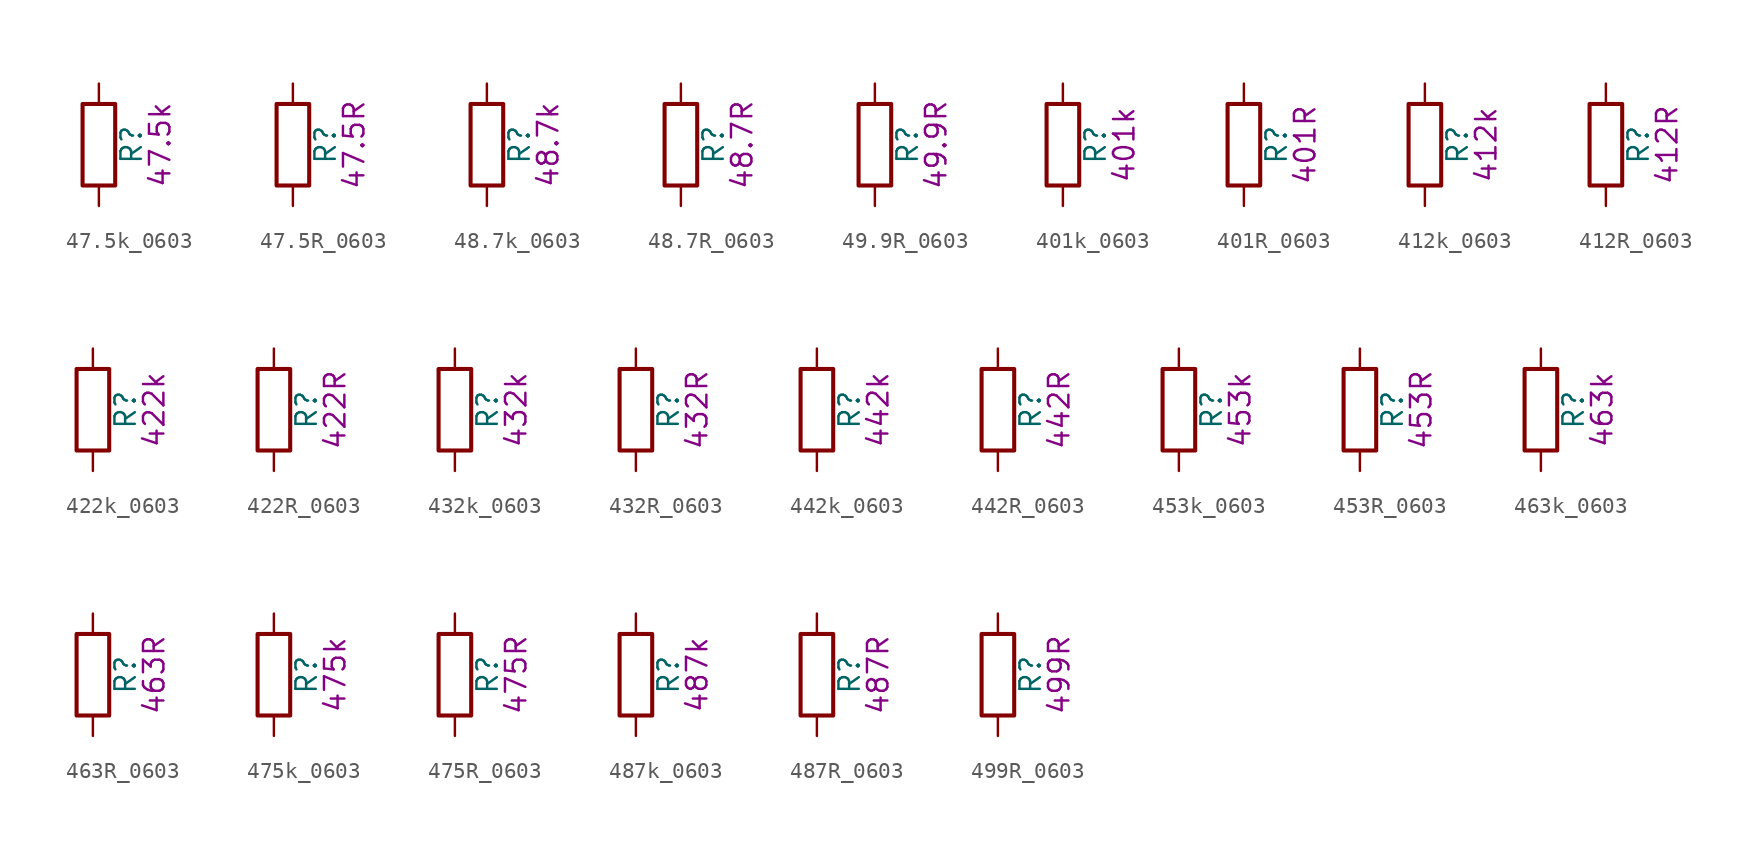
<source format=kicad_sym>
(kicad_symbol_lib
  (version 20211014)
  (generator kicad_symbol_editor)
  (symbol "47.5k_0603"
    (pin_numbers hide)
    (pin_names
      (offset 0))
    (property "Reference" "R"
      (at 2.032 0 90)
      (effects (font (size 1.27 1.27))))
    (property "Display" "47.5k"
      (at 3.81 0 90)
      (effects (font (size 1.27 1.27))))
    (symbol "47.5k_0603_0_1"
      (rectangle (start -1.016 -2.54) (end 1.016 2.54) (stroke (width 0.254) (type default) (color 0 0 0 0)) (fill (type none))))
    (symbol "47.5k_0603_1_1"
      (pin passive line (at 0 3.81 270) (length 1.27) (name "~" (effects (font (size 1.27 1.27)))) (number "1" (effects (font (size 1.27 1.27)))))
      (pin passive line (at 0 -3.81 90) (length 1.27) (name "~" (effects (font (size 1.27 1.27)))) (number "2" (effects (font (size 1.27 1.27)))))))
  (symbol "47.5R_0603"
    (pin_numbers hide)
    (pin_names
      (offset 0))
    (property "Reference" "R"
      (at 2.032 0 90)
      (effects (font (size 1.27 1.27))))
    (property "Display" "47.5R"
      (at 3.81 0 90)
      (effects (font (size 1.27 1.27))))
    (symbol "47.5R_0603_0_1"
      (rectangle (start -1.016 -2.54) (end 1.016 2.54) (stroke (width 0.254) (type default) (color 0 0 0 0)) (fill (type none))))
    (symbol "47.5R_0603_1_1"
      (pin passive line (at 0 3.81 270) (length 1.27) (name "~" (effects (font (size 1.27 1.27)))) (number "1" (effects (font (size 1.27 1.27)))))
      (pin passive line (at 0 -3.81 90) (length 1.27) (name "~" (effects (font (size 1.27 1.27)))) (number "2" (effects (font (size 1.27 1.27)))))))
  (symbol "48.7k_0603"
    (pin_numbers hide)
    (pin_names
      (offset 0))
    (property "Reference" "R"
      (at 2.032 0 90)
      (effects (font (size 1.27 1.27))))
    (property "Display" "48.7k"
      (at 3.81 0 90)
      (effects (font (size 1.27 1.27))))
    (symbol "48.7k_0603_0_1"
      (rectangle (start -1.016 -2.54) (end 1.016 2.54) (stroke (width 0.254) (type default) (color 0 0 0 0)) (fill (type none))))
    (symbol "48.7k_0603_1_1"
      (pin passive line (at 0 3.81 270) (length 1.27) (name "~" (effects (font (size 1.27 1.27)))) (number "1" (effects (font (size 1.27 1.27)))))
      (pin passive line (at 0 -3.81 90) (length 1.27) (name "~" (effects (font (size 1.27 1.27)))) (number "2" (effects (font (size 1.27 1.27)))))))
  (symbol "48.7R_0603"
    (pin_numbers hide)
    (pin_names
      (offset 0))
    (property "Reference" "R"
      (at 2.032 0 90)
      (effects (font (size 1.27 1.27))))
    (property "Display" "48.7R"
      (at 3.81 0 90)
      (effects (font (size 1.27 1.27))))
    (symbol "48.7R_0603_0_1"
      (rectangle (start -1.016 -2.54) (end 1.016 2.54) (stroke (width 0.254) (type default) (color 0 0 0 0)) (fill (type none))))
    (symbol "48.7R_0603_1_1"
      (pin passive line (at 0 3.81 270) (length 1.27) (name "~" (effects (font (size 1.27 1.27)))) (number "1" (effects (font (size 1.27 1.27)))))
      (pin passive line (at 0 -3.81 90) (length 1.27) (name "~" (effects (font (size 1.27 1.27)))) (number "2" (effects (font (size 1.27 1.27)))))))
  (symbol "49.9R_0603"
    (pin_numbers hide)
    (pin_names
      (offset 0))
    (property "Reference" "R"
      (at 2.032 0 90)
      (effects (font (size 1.27 1.27))))
    (property "Display" "49.9R"
      (at 3.81 0 90)
      (effects (font (size 1.27 1.27))))
    (symbol "49.9R_0603_0_1"
      (rectangle (start -1.016 -2.54) (end 1.016 2.54) (stroke (width 0.254) (type default) (color 0 0 0 0)) (fill (type none))))
    (symbol "49.9R_0603_1_1"
      (pin passive line (at 0 3.81 270) (length 1.27) (name "~" (effects (font (size 1.27 1.27)))) (number "1" (effects (font (size 1.27 1.27)))))
      (pin passive line (at 0 -3.81 90) (length 1.27) (name "~" (effects (font (size 1.27 1.27)))) (number "2" (effects (font (size 1.27 1.27)))))))
  (symbol "401k_0603"
    (pin_numbers hide)
    (pin_names
      (offset 0))
    (property "Reference" "R"
      (at 2.032 0 90)
      (effects (font (size 1.27 1.27))))
    (property "Display" "401k"
      (at 3.81 0 90)
      (effects (font (size 1.27 1.27))))
    (symbol "401k_0603_0_1"
      (rectangle (start -1.016 -2.54) (end 1.016 2.54) (stroke (width 0.254) (type default) (color 0 0 0 0)) (fill (type none))))
    (symbol "401k_0603_1_1"
      (pin passive line (at 0 3.81 270) (length 1.27) (name "~" (effects (font (size 1.27 1.27)))) (number "1" (effects (font (size 1.27 1.27)))))
      (pin passive line (at 0 -3.81 90) (length 1.27) (name "~" (effects (font (size 1.27 1.27)))) (number "2" (effects (font (size 1.27 1.27)))))))
  (symbol "401R_0603"
    (pin_numbers hide)
    (pin_names
      (offset 0))
    (property "Reference" "R"
      (at 2.032 0 90)
      (effects (font (size 1.27 1.27))))
    (property "Display" "401R"
      (at 3.81 0 90)
      (effects (font (size 1.27 1.27))))
    (symbol "401R_0603_0_1"
      (rectangle (start -1.016 -2.54) (end 1.016 2.54) (stroke (width 0.254) (type default) (color 0 0 0 0)) (fill (type none))))
    (symbol "401R_0603_1_1"
      (pin passive line (at 0 3.81 270) (length 1.27) (name "~" (effects (font (size 1.27 1.27)))) (number "1" (effects (font (size 1.27 1.27)))))
      (pin passive line (at 0 -3.81 90) (length 1.27) (name "~" (effects (font (size 1.27 1.27)))) (number "2" (effects (font (size 1.27 1.27)))))))
  (symbol "412k_0603"
    (pin_numbers hide)
    (pin_names
      (offset 0))
    (property "Reference" "R"
      (at 2.032 0 90)
      (effects (font (size 1.27 1.27))))
    (property "Display" "412k"
      (at 3.81 0 90)
      (effects (font (size 1.27 1.27))))
    (symbol "412k_0603_0_1"
      (rectangle (start -1.016 -2.54) (end 1.016 2.54) (stroke (width 0.254) (type default) (color 0 0 0 0)) (fill (type none))))
    (symbol "412k_0603_1_1"
      (pin passive line (at 0 3.81 270) (length 1.27) (name "~" (effects (font (size 1.27 1.27)))) (number "1" (effects (font (size 1.27 1.27)))))
      (pin passive line (at 0 -3.81 90) (length 1.27) (name "~" (effects (font (size 1.27 1.27)))) (number "2" (effects (font (size 1.27 1.27)))))))
  (symbol "412R_0603"
    (pin_numbers hide)
    (pin_names
      (offset 0))
    (property "Reference" "R"
      (at 2.032 0 90)
      (effects (font (size 1.27 1.27))))
    (property "Display" "412R"
      (at 3.81 0 90)
      (effects (font (size 1.27 1.27))))
    (symbol "412R_0603_0_1"
      (rectangle (start -1.016 -2.54) (end 1.016 2.54) (stroke (width 0.254) (type default) (color 0 0 0 0)) (fill (type none))))
    (symbol "412R_0603_1_1"
      (pin passive line (at 0 3.81 270) (length 1.27) (name "~" (effects (font (size 1.27 1.27)))) (number "1" (effects (font (size 1.27 1.27)))))
      (pin passive line (at 0 -3.81 90) (length 1.27) (name "~" (effects (font (size 1.27 1.27)))) (number "2" (effects (font (size 1.27 1.27)))))))
  (symbol "422k_0603"
    (pin_numbers hide)
    (pin_names
      (offset 0))
    (property "Reference" "R"
      (at 2.032 0 90)
      (effects (font (size 1.27 1.27))))
    (property "Display" "422k"
      (at 3.81 0 90)
      (effects (font (size 1.27 1.27))))
    (symbol "422k_0603_0_1"
      (rectangle (start -1.016 -2.54) (end 1.016 2.54) (stroke (width 0.254) (type default) (color 0 0 0 0)) (fill (type none))))
    (symbol "422k_0603_1_1"
      (pin passive line (at 0 3.81 270) (length 1.27) (name "~" (effects (font (size 1.27 1.27)))) (number "1" (effects (font (size 1.27 1.27)))))
      (pin passive line (at 0 -3.81 90) (length 1.27) (name "~" (effects (font (size 1.27 1.27)))) (number "2" (effects (font (size 1.27 1.27)))))))
  (symbol "422R_0603"
    (pin_numbers hide)
    (pin_names
      (offset 0))
    (property "Reference" "R"
      (at 2.032 0 90)
      (effects (font (size 1.27 1.27))))
    (property "Display" "422R"
      (at 3.81 0 90)
      (effects (font (size 1.27 1.27))))
    (symbol "422R_0603_0_1"
      (rectangle (start -1.016 -2.54) (end 1.016 2.54) (stroke (width 0.254) (type default) (color 0 0 0 0)) (fill (type none))))
    (symbol "422R_0603_1_1"
      (pin passive line (at 0 3.81 270) (length 1.27) (name "~" (effects (font (size 1.27 1.27)))) (number "1" (effects (font (size 1.27 1.27)))))
      (pin passive line (at 0 -3.81 90) (length 1.27) (name "~" (effects (font (size 1.27 1.27)))) (number "2" (effects (font (size 1.27 1.27)))))))
  (symbol "432k_0603"
    (pin_numbers hide)
    (pin_names
      (offset 0))
    (property "Reference" "R"
      (at 2.032 0 90)
      (effects (font (size 1.27 1.27))))
    (property "Display" "432k"
      (at 3.81 0 90)
      (effects (font (size 1.27 1.27))))
    (symbol "432k_0603_0_1"
      (rectangle (start -1.016 -2.54) (end 1.016 2.54) (stroke (width 0.254) (type default) (color 0 0 0 0)) (fill (type none))))
    (symbol "432k_0603_1_1"
      (pin passive line (at 0 3.81 270) (length 1.27) (name "~" (effects (font (size 1.27 1.27)))) (number "1" (effects (font (size 1.27 1.27)))))
      (pin passive line (at 0 -3.81 90) (length 1.27) (name "~" (effects (font (size 1.27 1.27)))) (number "2" (effects (font (size 1.27 1.27)))))))
  (symbol "432R_0603"
    (pin_numbers hide)
    (pin_names
      (offset 0))
    (property "Reference" "R"
      (at 2.032 0 90)
      (effects (font (size 1.27 1.27))))
    (property "Display" "432R"
      (at 3.81 0 90)
      (effects (font (size 1.27 1.27))))
    (symbol "432R_0603_0_1"
      (rectangle (start -1.016 -2.54) (end 1.016 2.54) (stroke (width 0.254) (type default) (color 0 0 0 0)) (fill (type none))))
    (symbol "432R_0603_1_1"
      (pin passive line (at 0 3.81 270) (length 1.27) (name "~" (effects (font (size 1.27 1.27)))) (number "1" (effects (font (size 1.27 1.27)))))
      (pin passive line (at 0 -3.81 90) (length 1.27) (name "~" (effects (font (size 1.27 1.27)))) (number "2" (effects (font (size 1.27 1.27)))))))
  (symbol "442k_0603"
    (pin_numbers hide)
    (pin_names
      (offset 0))
    (property "Reference" "R"
      (at 2.032 0 90)
      (effects (font (size 1.27 1.27))))
    (property "Display" "442k"
      (at 3.81 0 90)
      (effects (font (size 1.27 1.27))))
    (symbol "442k_0603_0_1"
      (rectangle (start -1.016 -2.54) (end 1.016 2.54) (stroke (width 0.254) (type default) (color 0 0 0 0)) (fill (type none))))
    (symbol "442k_0603_1_1"
      (pin passive line (at 0 3.81 270) (length 1.27) (name "~" (effects (font (size 1.27 1.27)))) (number "1" (effects (font (size 1.27 1.27)))))
      (pin passive line (at 0 -3.81 90) (length 1.27) (name "~" (effects (font (size 1.27 1.27)))) (number "2" (effects (font (size 1.27 1.27)))))))
  (symbol "442R_0603"
    (pin_numbers hide)
    (pin_names
      (offset 0))
    (property "Reference" "R"
      (at 2.032 0 90)
      (effects (font (size 1.27 1.27))))
    (property "Display" "442R"
      (at 3.81 0 90)
      (effects (font (size 1.27 1.27))))
    (symbol "442R_0603_0_1"
      (rectangle (start -1.016 -2.54) (end 1.016 2.54) (stroke (width 0.254) (type default) (color 0 0 0 0)) (fill (type none))))
    (symbol "442R_0603_1_1"
      (pin passive line (at 0 3.81 270) (length 1.27) (name "~" (effects (font (size 1.27 1.27)))) (number "1" (effects (font (size 1.27 1.27)))))
      (pin passive line (at 0 -3.81 90) (length 1.27) (name "~" (effects (font (size 1.27 1.27)))) (number "2" (effects (font (size 1.27 1.27)))))))
  (symbol "453k_0603"
    (pin_numbers hide)
    (pin_names
      (offset 0))
    (property "Reference" "R"
      (at 2.032 0 90)
      (effects (font (size 1.27 1.27))))
    (property "Display" "453k"
      (at 3.81 0 90)
      (effects (font (size 1.27 1.27))))
    (symbol "453k_0603_0_1"
      (rectangle (start -1.016 -2.54) (end 1.016 2.54) (stroke (width 0.254) (type default) (color 0 0 0 0)) (fill (type none))))
    (symbol "453k_0603_1_1"
      (pin passive line (at 0 3.81 270) (length 1.27) (name "~" (effects (font (size 1.27 1.27)))) (number "1" (effects (font (size 1.27 1.27)))))
      (pin passive line (at 0 -3.81 90) (length 1.27) (name "~" (effects (font (size 1.27 1.27)))) (number "2" (effects (font (size 1.27 1.27)))))))
  (symbol "453R_0603"
    (pin_numbers hide)
    (pin_names
      (offset 0))
    (property "Reference" "R"
      (at 2.032 0 90)
      (effects (font (size 1.27 1.27))))
    (property "Display" "453R"
      (at 3.81 0 90)
      (effects (font (size 1.27 1.27))))
    (symbol "453R_0603_0_1"
      (rectangle (start -1.016 -2.54) (end 1.016 2.54) (stroke (width 0.254) (type default) (color 0 0 0 0)) (fill (type none))))
    (symbol "453R_0603_1_1"
      (pin passive line (at 0 3.81 270) (length 1.27) (name "~" (effects (font (size 1.27 1.27)))) (number "1" (effects (font (size 1.27 1.27)))))
      (pin passive line (at 0 -3.81 90) (length 1.27) (name "~" (effects (font (size 1.27 1.27)))) (number "2" (effects (font (size 1.27 1.27)))))))
  (symbol "463k_0603"
    (pin_numbers hide)
    (pin_names
      (offset 0))
    (property "Reference" "R"
      (at 2.032 0 90)
      (effects (font (size 1.27 1.27))))
    (property "Display" "463k"
      (at 3.81 0 90)
      (effects (font (size 1.27 1.27))))
    (symbol "463k_0603_0_1"
      (rectangle (start -1.016 -2.54) (end 1.016 2.54) (stroke (width 0.254) (type default) (color 0 0 0 0)) (fill (type none))))
    (symbol "463k_0603_1_1"
      (pin passive line (at 0 3.81 270) (length 1.27) (name "~" (effects (font (size 1.27 1.27)))) (number "1" (effects (font (size 1.27 1.27)))))
      (pin passive line (at 0 -3.81 90) (length 1.27) (name "~" (effects (font (size 1.27 1.27)))) (number "2" (effects (font (size 1.27 1.27)))))))
  (symbol "463R_0603"
    (pin_numbers hide)
    (pin_names
      (offset 0))
    (property "Reference" "R"
      (at 2.032 0 90)
      (effects (font (size 1.27 1.27))))
    (property "Display" "463R"
      (at 3.81 0 90)
      (effects (font (size 1.27 1.27))))
    (symbol "463R_0603_0_1"
      (rectangle (start -1.016 -2.54) (end 1.016 2.54) (stroke (width 0.254) (type default) (color 0 0 0 0)) (fill (type none))))
    (symbol "463R_0603_1_1"
      (pin passive line (at 0 3.81 270) (length 1.27) (name "~" (effects (font (size 1.27 1.27)))) (number "1" (effects (font (size 1.27 1.27)))))
      (pin passive line (at 0 -3.81 90) (length 1.27) (name "~" (effects (font (size 1.27 1.27)))) (number "2" (effects (font (size 1.27 1.27)))))))
  (symbol "475k_0603"
    (pin_numbers hide)
    (pin_names
      (offset 0))
    (property "Reference" "R"
      (at 2.032 0 90)
      (effects (font (size 1.27 1.27))))
    (property "Display" "475k"
      (at 3.81 0 90)
      (effects (font (size 1.27 1.27))))
    (symbol "475k_0603_0_1"
      (rectangle (start -1.016 -2.54) (end 1.016 2.54) (stroke (width 0.254) (type default) (color 0 0 0 0)) (fill (type none))))
    (symbol "475k_0603_1_1"
      (pin passive line (at 0 3.81 270) (length 1.27) (name "~" (effects (font (size 1.27 1.27)))) (number "1" (effects (font (size 1.27 1.27)))))
      (pin passive line (at 0 -3.81 90) (length 1.27) (name "~" (effects (font (size 1.27 1.27)))) (number "2" (effects (font (size 1.27 1.27)))))))
  (symbol "475R_0603"
    (pin_numbers hide)
    (pin_names
      (offset 0))
    (property "Reference" "R"
      (at 2.032 0 90)
      (effects (font (size 1.27 1.27))))
    (property "Display" "475R"
      (at 3.81 0 90)
      (effects (font (size 1.27 1.27))))
    (symbol "475R_0603_0_1"
      (rectangle (start -1.016 -2.54) (end 1.016 2.54) (stroke (width 0.254) (type default) (color 0 0 0 0)) (fill (type none))))
    (symbol "475R_0603_1_1"
      (pin passive line (at 0 3.81 270) (length 1.27) (name "~" (effects (font (size 1.27 1.27)))) (number "1" (effects (font (size 1.27 1.27)))))
      (pin passive line (at 0 -3.81 90) (length 1.27) (name "~" (effects (font (size 1.27 1.27)))) (number "2" (effects (font (size 1.27 1.27)))))))
  (symbol "487k_0603"
    (pin_numbers hide)
    (pin_names
      (offset 0))
    (property "Reference" "R"
      (at 2.032 0 90)
      (effects (font (size 1.27 1.27))))
    (property "Display" "487k"
      (at 3.81 0 90)
      (effects (font (size 1.27 1.27))))
    (symbol "487k_0603_0_1"
      (rectangle (start -1.016 -2.54) (end 1.016 2.54) (stroke (width 0.254) (type default) (color 0 0 0 0)) (fill (type none))))
    (symbol "487k_0603_1_1"
      (pin passive line (at 0 3.81 270) (length 1.27) (name "~" (effects (font (size 1.27 1.27)))) (number "1" (effects (font (size 1.27 1.27)))))
      (pin passive line (at 0 -3.81 90) (length 1.27) (name "~" (effects (font (size 1.27 1.27)))) (number "2" (effects (font (size 1.27 1.27)))))))
  (symbol "487R_0603"
    (pin_numbers hide)
    (pin_names
      (offset 0))
    (property "Reference" "R"
      (at 2.032 0 90)
      (effects (font (size 1.27 1.27))))
    (property "Display" "487R"
      (at 3.81 0 90)
      (effects (font (size 1.27 1.27))))
    (symbol "487R_0603_0_1"
      (rectangle (start -1.016 -2.54) (end 1.016 2.54) (stroke (width 0.254) (type default) (color 0 0 0 0)) (fill (type none))))
    (symbol "487R_0603_1_1"
      (pin passive line (at 0 3.81 270) (length 1.27) (name "~" (effects (font (size 1.27 1.27)))) (number "1" (effects (font (size 1.27 1.27)))))
      (pin passive line (at 0 -3.81 90) (length 1.27) (name "~" (effects (font (size 1.27 1.27)))) (number "2" (effects (font (size 1.27 1.27)))))))
  (symbol "499R_0603"
    (pin_numbers hide)
    (pin_names
      (offset 0))
    (property "Reference" "R"
      (at 2.032 0 90)
      (effects (font (size 1.27 1.27))))
    (property "Display" "499R"
      (at 3.81 0 90)
      (effects (font (size 1.27 1.27))))
    (symbol "499R_0603_0_1"
      (rectangle (start -1.016 -2.54) (end 1.016 2.54) (stroke (width 0.254) (type default) (color 0 0 0 0)) (fill (type none))))
    (symbol "499R_0603_1_1"
      (pin passive line (at 0 3.81 270) (length 1.27) (name "~" (effects (font (size 1.27 1.27)))) (number "1" (effects (font (size 1.27 1.27)))))
      (pin passive line (at 0 -3.81 90) (length 1.27) (name "~" (effects (font (size 1.27 1.27)))) (number "2" (effects (font (size 1.27 1.27))))))))
</source>
